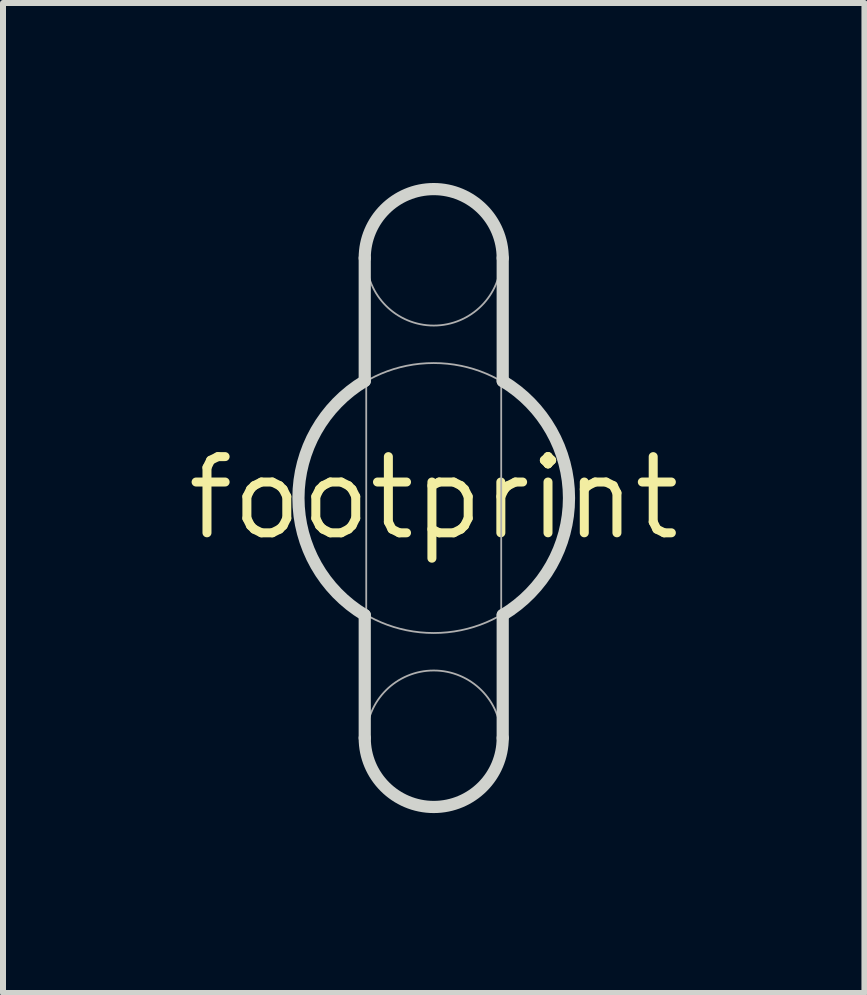
<source format=kicad_pcb>
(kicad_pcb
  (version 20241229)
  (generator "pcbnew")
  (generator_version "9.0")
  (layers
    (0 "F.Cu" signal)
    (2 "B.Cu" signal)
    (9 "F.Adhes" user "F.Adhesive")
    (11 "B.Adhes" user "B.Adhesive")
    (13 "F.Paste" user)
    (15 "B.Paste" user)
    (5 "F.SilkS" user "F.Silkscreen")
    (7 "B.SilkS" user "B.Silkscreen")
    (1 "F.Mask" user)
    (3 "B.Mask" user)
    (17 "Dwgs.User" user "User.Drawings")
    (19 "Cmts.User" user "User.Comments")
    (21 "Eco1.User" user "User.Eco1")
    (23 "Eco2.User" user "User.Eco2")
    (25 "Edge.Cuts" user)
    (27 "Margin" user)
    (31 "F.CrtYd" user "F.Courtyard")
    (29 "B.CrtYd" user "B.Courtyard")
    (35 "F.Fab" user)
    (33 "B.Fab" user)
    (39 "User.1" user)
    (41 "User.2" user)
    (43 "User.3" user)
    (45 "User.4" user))
  (footprint "footprint"
    (layer "F.Cu")
    (at 4.18 5.252)
    (property "Reference" "footprint" (at 0 0 0) (layer "F.SilkS") (effects (font (size 1.27 1.27) (thickness 0.15))))
    (fp_line (start -1.15 -4) (end -1.15 -1.95) (stroke (width 0.203) (type solid)) (layer "Edge.Cuts"))
    (fp_line (start -1.15 1.95) (end -1.15 4) (stroke (width 0.203) (type solid)) (layer "Edge.Cuts"))
    (fp_line (start 1.15 -1.95) (end 1.15 -4) (stroke (width 0.203) (type solid)) (layer "Edge.Cuts"))
    (fp_line (start 1.15 4) (end 1.15 1.95) (stroke (width 0.203) (type solid)) (layer "Edge.Cuts"))
    (fp_arc (start -1.15 -4) (mid 0 -5.15) (end 1.15 -4) (stroke (width 0.2032) (type solid)) (layer "Edge.Cuts"))
    (fp_arc (start -1.15 1.95) (mid -2.254955 0) (end -1.15 -1.95) (stroke (width 0.2032) (type solid)) (layer "Edge.Cuts"))
    (fp_arc (start 1.15 -1.95) (mid 2.254955 0) (end 1.15 1.95) (stroke (width 0.2032) (type solid)) (layer "Edge.Cuts"))
    (fp_arc (start 1.15 4) (mid 0 5.15) (end -1.15 4) (stroke (width 0.2032) (type solid)) (layer "Edge.Cuts"))
    (fp_line (start -1.125 -4) (end -1.125 4) (stroke (width 0.03) (type solid)) (layer "F.Fab"))
    (fp_line (start 1.125 4) (end 1.125 -4) (stroke (width 0.03) (type solid)) (layer "F.Fab"))
    (fp_circle (center 0 -4) (end 1.125 -4) (stroke (width 0.03) (type solid)) (fill no) (layer "F.Fab"))
    (fp_circle (center 0 0) (end 2.25 0) (stroke (width 0.03) (type solid)) (fill no) (layer "F.Fab"))
    (fp_circle (center 0 4) (end 1.125 4) (stroke (width 0.03) (type solid)) (fill no) (layer "F.Fab"))
    (fp_text user "OUT'" (at 0 0 0) (layer "Edge.Cuts") (effects (font (size 0.46 0.46) (thickness 0.04)))))
  (gr_rect
    (start -3 -3)
    (end 11.36 13.503)
    (stroke (width 0.1) (type default))
    (fill no)
    (layer "Edge.Cuts")))
</source>
